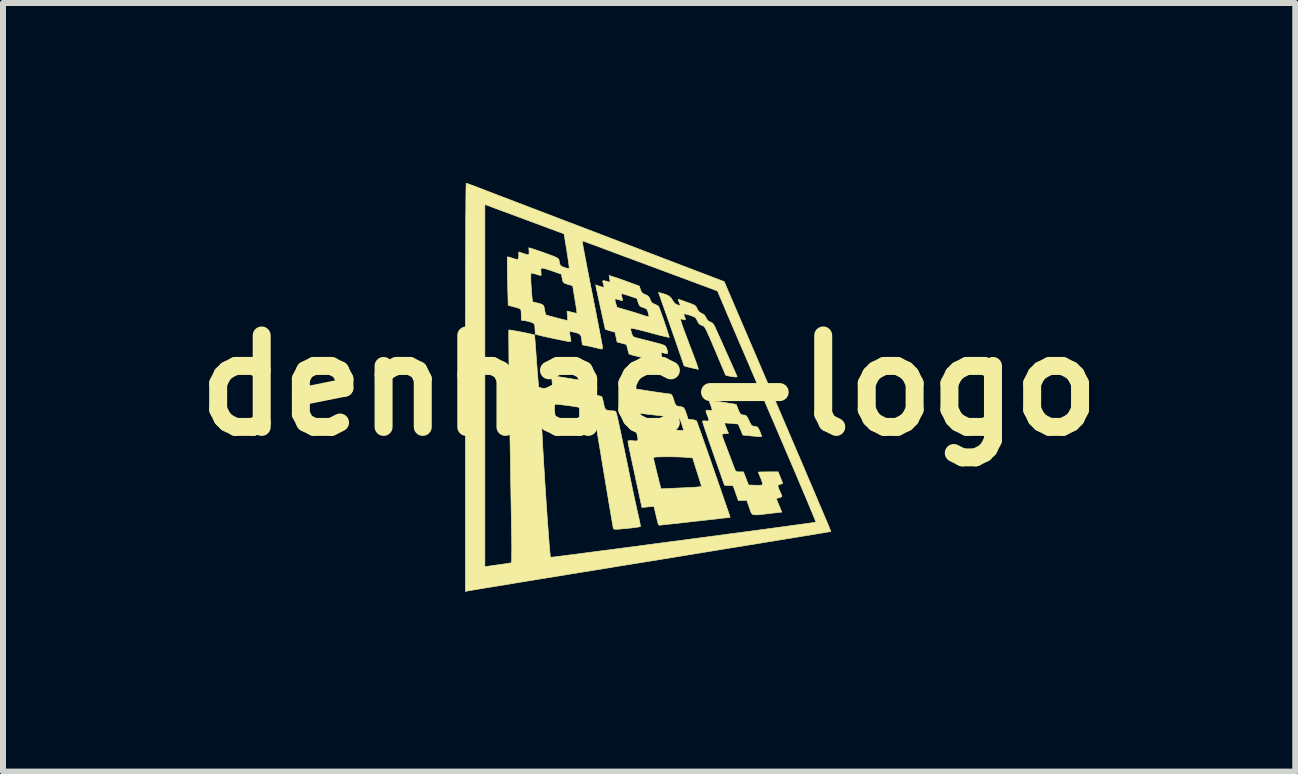
<source format=kicad_pcb>
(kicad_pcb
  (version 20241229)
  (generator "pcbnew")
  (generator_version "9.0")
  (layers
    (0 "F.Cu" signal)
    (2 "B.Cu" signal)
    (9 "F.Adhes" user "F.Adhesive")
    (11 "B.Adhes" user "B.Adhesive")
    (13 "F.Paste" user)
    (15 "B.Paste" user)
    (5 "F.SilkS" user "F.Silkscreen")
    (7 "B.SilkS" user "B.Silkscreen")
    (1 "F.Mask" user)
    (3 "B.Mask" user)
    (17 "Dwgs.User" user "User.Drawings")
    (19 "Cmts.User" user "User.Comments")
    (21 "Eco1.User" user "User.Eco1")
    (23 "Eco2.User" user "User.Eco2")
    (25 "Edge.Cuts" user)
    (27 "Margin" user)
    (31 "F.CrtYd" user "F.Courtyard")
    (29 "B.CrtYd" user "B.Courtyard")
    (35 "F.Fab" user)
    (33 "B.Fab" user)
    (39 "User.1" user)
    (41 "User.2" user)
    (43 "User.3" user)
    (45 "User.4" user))
  (footprint "denhac-logo"
    (layer "F.Cu")
    (at 7.772 3.378)
    (property "Reference" "denhac-logo" (at 0 0 0) (layer "F.SilkS") (effects (font (size 1.524 1.524) (thickness 0.3))))
    (attr through_hole)
    (fp_poly (pts (xy 0.193 -1.543) (xy 0.27 -1.521) (xy 0.325 -1.496) (xy 0.362 -1.466) (xy 0.389 -1.427) (xy 0.39 -1.425) (xy 0.419 -1.379) (xy 0.454 -1.353) (xy 0.471 -1.346) (xy 0.504 -1.335) (xy 0.521 -1.332) (xy 0.522 -1.333) (xy 0.517 -1.347) (xy 0.505 -1.378) (xy 0.501 -1.388) (xy 0.489 -1.42) (xy 0.485 -1.438) (xy 0.486 -1.439) (xy 0.501 -1.435) (xy 0.536 -1.423) (xy 0.587 -1.405) (xy 0.635 -1.388) (xy 0.698 -1.365) (xy 0.741 -1.347) (xy 0.768 -1.331) (xy 0.784 -1.314) (xy 0.796 -1.292) (xy 0.8 -1.281) (xy 0.826 -1.237) (xy 0.864 -1.209) (xy 0.876 -1.205) (xy 0.92 -1.178) (xy 0.947 -1.137) (xy 0.951 -1.129) (xy 0.975 -1.087) (xy 1.01 -1.063) (xy 1.021 -1.059) (xy 1.05 -1.046) (xy 1.072 -1.024) (xy 1.094 -0.986) (xy 1.108 -0.955) (xy 1.124 -0.919) (xy 1.15 -0.861) (xy 1.184 -0.787) (xy 1.223 -0.7) (xy 1.266 -0.604) (xy 1.307 -0.511) (xy 1.349 -0.418) (xy 1.387 -0.333) (xy 1.419 -0.261) (xy 1.444 -0.203) (xy 1.461 -0.165) (xy 1.467 -0.148) (xy 1.468 -0.148) (xy 1.455 -0.143) (xy 1.423 -0.144) (xy 1.379 -0.149) (xy 1.333 -0.158) (xy 1.277 -0.172) (xy 1.165 -0.435) (xy 1.109 -0.569) (xy 1.062 -0.679) (xy 1.024 -0.768) (xy 0.993 -0.838) (xy 0.969 -0.892) (xy 0.95 -0.931) (xy 0.934 -0.959) (xy 0.922 -0.977) (xy 0.911 -0.989) (xy 0.901 -0.995) (xy 0.89 -0.999) (xy 0.88 -1.003) (xy 0.843 -1.021) (xy 0.817 -1.054) (xy 0.804 -1.079) (xy 0.788 -1.112) (xy 0.77 -1.134) (xy 0.741 -1.151) (xy 0.693 -1.168) (xy 0.685 -1.171) (xy 0.637 -1.185) (xy 0.601 -1.194) (xy 0.583 -1.194) (xy 0.582 -1.194) (xy 0.581 -1.176) (xy 0.59 -1.149) (xy 0.605 -1.112) (xy 0.602 -1.096) (xy 0.582 -1.097) (xy 0.57 -1.101) (xy 0.54 -1.109) (xy 0.525 -1.109) (xy 0.525 -1.097) (xy 0.532 -1.07) (xy 0.546 -1.025) (xy 0.568 -0.961) (xy 0.6 -0.876) (xy 0.64 -0.768) (xy 0.69 -0.635) (xy 0.7 -0.611) (xy 0.732 -0.527) (xy 0.761 -0.45) (xy 0.785 -0.384) (xy 0.802 -0.335) (xy 0.812 -0.307) (xy 0.812 -0.305) (xy 0.821 -0.27) (xy 0.732 -0.29) (xy 0.679 -0.302) (xy 0.635 -0.312) (xy 0.61 -0.318) (xy 0.586 -0.329) (xy 0.579 -0.339) (xy 0.574 -0.355) (xy 0.561 -0.395) (xy 0.54 -0.457) (xy 0.512 -0.538) (xy 0.478 -0.636) (xy 0.439 -0.75) (xy 0.395 -0.875) (xy 0.348 -1.011) (xy 0.298 -1.154) (xy 0.245 -1.302) (xy 0.192 -1.453) (xy 0.191 -1.457) (xy 0.157 -1.552) (xy 0.193 -1.543)) (stroke (width 0.01) (type solid)) (fill yes) (layer "F.SilkS"))
    (fp_poly (pts (xy 1.055 0.255) (xy 1.118 0.262) (xy 1.203 0.274) (xy 1.266 0.284) (xy 1.452 0.314) (xy 1.486 0.401) (xy 1.506 0.447) (xy 1.522 0.473) (xy 1.54 0.486) (xy 1.567 0.491) (xy 1.573 0.491) (xy 1.601 0.495) (xy 1.621 0.506) (xy 1.639 0.529) (xy 1.659 0.57) (xy 1.666 0.586) (xy 1.689 0.633) (xy 1.706 0.66) (xy 1.725 0.674) (xy 1.75 0.679) (xy 1.759 0.68) (xy 1.789 0.684) (xy 1.809 0.696) (xy 1.826 0.72) (xy 1.846 0.764) (xy 1.847 0.766) (xy 1.864 0.809) (xy 1.874 0.84) (xy 1.875 0.852) (xy 1.86 0.852) (xy 1.822 0.85) (xy 1.769 0.846) (xy 1.717 0.841) (xy 1.564 0.826) (xy 1.525 0.734) (xy 1.486 0.642) (xy 1.376 0.631) (xy 1.324 0.627) (xy 1.283 0.625) (xy 1.262 0.625) (xy 1.26 0.626) (xy 1.262 0.641) (xy 1.273 0.674) (xy 1.289 0.715) (xy 1.324 0.797) (xy 1.269 0.802) (xy 1.234 0.807) (xy 1.215 0.816) (xy 1.214 0.818) (xy 1.217 0.832) (xy 1.229 0.866) (xy 1.248 0.92) (xy 1.277 0.996) (xy 1.314 1.094) (xy 1.361 1.217) (xy 1.417 1.365) (xy 1.422 1.379) (xy 1.438 1.416) (xy 1.455 1.434) (xy 1.484 1.439) (xy 1.509 1.439) (xy 1.573 1.439) (xy 1.616 1.549) (xy 1.658 1.658) (xy 1.77 1.662) (xy 1.823 1.663) (xy 1.866 1.661) (xy 1.89 1.656) (xy 1.892 1.655) (xy 1.893 1.638) (xy 1.883 1.602) (xy 1.866 1.555) (xy 1.862 1.546) (xy 1.842 1.498) (xy 1.827 1.462) (xy 1.821 1.444) (xy 1.82 1.443) (xy 1.834 1.442) (xy 1.869 1.44) (xy 1.923 1.44) (xy 1.986 1.439) (xy 2.152 1.439) (xy 2.187 1.527) (xy 2.206 1.574) (xy 2.22 1.609) (xy 2.227 1.626) (xy 2.219 1.636) (xy 2.191 1.645) (xy 2.188 1.646) (xy 2.161 1.653) (xy 2.149 1.666) (xy 2.15 1.689) (xy 2.165 1.729) (xy 2.18 1.762) (xy 2.199 1.804) (xy 2.212 1.835) (xy 2.215 1.847) (xy 2.203 1.858) (xy 2.173 1.869) (xy 2.167 1.871) (xy 2.119 1.884) (xy 2.166 1.997) (xy 2.213 2.11) (xy 2.006 2.133) (xy 1.909 2.145) (xy 1.837 2.153) (xy 1.784 2.156) (xy 1.748 2.154) (xy 1.723 2.146) (xy 1.707 2.129) (xy 1.694 2.103) (xy 1.682 2.067) (xy 1.671 2.035) (xy 1.628 1.912) (xy 1.558 1.916) (xy 1.489 1.92) (xy 1.402 1.672) (xy 1.329 1.668) (xy 1.288 1.665) (xy 1.261 1.662) (xy 1.256 1.66) (xy 1.251 1.647) (xy 1.239 1.61) (xy 1.219 1.555) (xy 1.195 1.484) (xy 1.166 1.402) (xy 1.149 1.354) (xy 1.105 1.23) (xy 1.063 1.109) (xy 1.023 0.994) (xy 0.986 0.888) (xy 0.954 0.794) (xy 0.927 0.715) (xy 0.907 0.653) (xy 0.894 0.612) (xy 0.889 0.595) (xy 0.889 0.595) (xy 0.901 0.59) (xy 0.933 0.589) (xy 0.947 0.59) (xy 0.978 0.592) (xy 0.994 0.588) (xy 0.997 0.572) (xy 0.988 0.54) (xy 0.967 0.487) (xy 0.965 0.482) (xy 0.949 0.439) (xy 0.949 0.417) (xy 0.965 0.41) (xy 0.994 0.413) (xy 1.028 0.417) (xy 1.048 0.414) (xy 1.049 0.414) (xy 1.049 0.397) (xy 1.04 0.363) (xy 1.029 0.333) (xy 1.014 0.293) (xy 1.004 0.265) (xy 1.002 0.258) (xy 1.015 0.254) (xy 1.055 0.255)) (stroke (width 0.01) (type solid)) (fill yes) (layer "F.SilkS"))
    (fp_poly (pts (xy -0.597 -1.813) (xy -0.558 -1.801) (xy -0.499 -1.781) (xy -0.429 -1.756) (xy -0.355 -1.729) (xy -0.345 -1.725) (xy -0.162 -1.658) (xy -0.144 -1.599) (xy -0.127 -1.559) (xy -0.103 -1.535) (xy -0.063 -1.516) (xy -0.022 -1.496) (xy 0.002 -1.471) (xy 0.018 -1.434) (xy 0.037 -1.393) (xy 0.064 -1.368) (xy 0.093 -1.356) (xy 0.13 -1.339) (xy 0.155 -1.324) (xy 0.158 -1.32) (xy 0.167 -1.301) (xy 0.182 -1.262) (xy 0.202 -1.206) (xy 0.226 -1.14) (xy 0.251 -1.069) (xy 0.275 -0.997) (xy 0.298 -0.93) (xy 0.316 -0.872) (xy 0.33 -0.829) (xy 0.335 -0.807) (xy 0.336 -0.804) (xy 0.321 -0.805) (xy 0.284 -0.813) (xy 0.227 -0.826) (xy 0.154 -0.844) (xy 0.07 -0.867) (xy 0.014 -0.882) (xy -0.089 -0.909) (xy -0.174 -0.931) (xy -0.241 -0.946) (xy -0.285 -0.954) (xy -0.306 -0.954) (xy -0.307 -0.953) (xy -0.306 -0.932) (xy -0.298 -0.894) (xy -0.293 -0.875) (xy -0.277 -0.834) (xy -0.258 -0.811) (xy -0.232 -0.801) (xy -0.205 -0.794) (xy -0.156 -0.782) (xy -0.09 -0.765) (xy -0.014 -0.746) (xy 0.039 -0.732) (xy 0.124 -0.71) (xy 0.185 -0.694) (xy 0.227 -0.681) (xy 0.254 -0.669) (xy 0.271 -0.657) (xy 0.281 -0.644) (xy 0.289 -0.626) (xy 0.29 -0.624) (xy 0.304 -0.585) (xy 0.31 -0.553) (xy 0.31 -0.55) (xy 0.307 -0.534) (xy 0.292 -0.531) (xy 0.26 -0.538) (xy 0.225 -0.546) (xy 0.204 -0.546) (xy 0.202 -0.545) (xy 0.202 -0.529) (xy 0.209 -0.495) (xy 0.216 -0.473) (xy 0.238 -0.409) (xy 0.186 -0.41) (xy 0.15 -0.414) (xy 0.096 -0.423) (xy 0.031 -0.435) (xy -0.014 -0.444) (xy -0.103 -0.464) (xy -0.182 -0.483) (xy -0.249 -0.5) (xy -0.299 -0.513) (xy -0.328 -0.523) (xy -0.333 -0.525) (xy -0.339 -0.541) (xy -0.349 -0.575) (xy -0.357 -0.608) (xy -0.377 -0.684) (xy -0.455 -0.705) (xy -0.533 -0.725) (xy -0.551 -0.807) (xy -0.568 -0.889) (xy -0.648 -0.912) (xy -0.69 -0.925) (xy -0.72 -0.934) (xy -0.729 -0.937) (xy -0.733 -0.95) (xy -0.741 -0.987) (xy -0.754 -1.043) (xy -0.769 -1.112) (xy -0.787 -1.192) (xy -0.805 -1.277) (xy -0.824 -1.364) (xy -0.841 -1.442) (xy -0.569 -1.442) (xy -0.568 -1.424) (xy -0.561 -1.389) (xy -0.555 -1.368) (xy -0.536 -1.304) (xy -0.37 -1.256) (xy -0.295 -1.234) (xy -0.219 -1.211) (xy -0.153 -1.19) (xy -0.113 -1.177) (xy -0.057 -1.158) (xy -0.023 -1.148) (xy -0.006 -1.147) (xy -0.002 -1.156) (xy -0.005 -1.173) (xy -0.006 -1.175) (xy -0.016 -1.214) (xy -0.023 -1.243) (xy -0.035 -1.269) (xy -0.062 -1.288) (xy -0.096 -1.3) (xy -0.137 -1.315) (xy -0.16 -1.334) (xy -0.175 -1.367) (xy -0.182 -1.386) (xy -0.202 -1.452) (xy -0.329 -1.495) (xy -0.385 -1.513) (xy -0.429 -1.526) (xy -0.457 -1.532) (xy -0.462 -1.532) (xy -0.462 -1.516) (xy -0.456 -1.484) (xy -0.453 -1.473) (xy -0.445 -1.438) (xy -0.442 -1.417) (xy -0.443 -1.415) (xy -0.457 -1.417) (xy -0.489 -1.426) (xy -0.505 -1.431) (xy -0.542 -1.442) (xy -0.565 -1.444) (xy -0.569 -1.442) (xy -0.841 -1.442) (xy -0.842 -1.447) (xy -0.858 -1.522) (xy -0.872 -1.585) (xy -0.881 -1.631) (xy -0.883 -1.64) (xy -0.891 -1.679) (xy -0.832 -1.658) (xy -0.785 -1.643) (xy -0.76 -1.639) (xy -0.751 -1.646) (xy -0.754 -1.665) (xy -0.765 -1.703) (xy -0.771 -1.724) (xy -0.774 -1.744) (xy -0.761 -1.749) (xy -0.739 -1.746) (xy -0.699 -1.736) (xy -0.672 -1.727) (xy -0.656 -1.724) (xy -0.651 -1.734) (xy -0.654 -1.764) (xy -0.656 -1.775) (xy -0.666 -1.834) (xy -0.597 -1.813)) (stroke (width 0.01) (type solid)) (fill yes) (layer "F.SilkS"))
    (fp_poly (pts (xy -0.35 0.034) (xy -0.321 0.04) (xy -0.269 0.049) (xy -0.202 0.06) (xy -0.123 0.072) (xy -0.037 0.086) (xy 0.051 0.099) (xy 0.136 0.112) (xy 0.213 0.123) (xy 0.277 0.132) (xy 0.323 0.138) (xy 0.348 0.141) (xy 0.349 0.141) (xy 0.366 0.146) (xy 0.381 0.162) (xy 0.397 0.197) (xy 0.411 0.24) (xy 0.428 0.291) (xy 0.442 0.321) (xy 0.458 0.337) (xy 0.48 0.344) (xy 0.493 0.347) (xy 0.533 0.354) (xy 0.564 0.361) (xy 0.565 0.361) (xy 0.581 0.377) (xy 0.601 0.415) (xy 0.619 0.464) (xy 0.651 0.561) (xy 0.715 0.568) (xy 0.756 0.575) (xy 0.784 0.584) (xy 0.789 0.588) (xy 0.796 0.603) (xy 0.811 0.642) (xy 0.833 0.703) (xy 0.862 0.784) (xy 0.896 0.881) (xy 0.935 0.992) (xy 0.978 1.114) (xy 1.024 1.246) (xy 1.044 1.305) (xy 1.092 1.443) (xy 1.138 1.576) (xy 1.181 1.7) (xy 1.22 1.813) (xy 1.254 1.912) (xy 1.283 1.994) (xy 1.304 2.056) (xy 1.318 2.095) (xy 1.32 2.103) (xy 1.336 2.148) (xy 1.346 2.182) (xy 1.35 2.197) (xy 1.35 2.197) (xy 1.336 2.199) (xy 1.297 2.204) (xy 1.238 2.21) (xy 1.161 2.219) (xy 1.07 2.23) (xy 0.969 2.241) (xy 0.861 2.253) (xy 0.75 2.265) (xy 0.639 2.278) (xy 0.532 2.29) (xy 0.433 2.301) (xy 0.344 2.31) (xy 0.27 2.318) (xy 0.213 2.324) (xy 0.179 2.328) (xy 0.169 2.328) (xy 0.156 2.317) (xy 0.15 2.304) (xy 0.144 2.28) (xy 0.133 2.236) (xy 0.12 2.179) (xy 0.112 2.147) (xy 0.081 2.014) (xy -0.019 2.023) (xy -0.12 2.033) (xy -0.151 1.888) (xy -0.162 1.835) (xy -0.178 1.759) (xy -0.198 1.667) (xy -0.221 1.564) (xy -0.244 1.454) (xy -0.267 1.348) (xy -0.289 1.246) (xy -0.299 1.2) (xy 0.071 1.2) (xy 0.074 1.218) (xy 0.083 1.258) (xy 0.096 1.314) (xy 0.112 1.382) (xy 0.13 1.455) (xy 0.149 1.529) (xy 0.166 1.599) (xy 0.182 1.658) (xy 0.184 1.669) (xy 0.199 1.722) (xy 0.364 1.714) (xy 0.451 1.71) (xy 0.551 1.706) (xy 0.649 1.701) (xy 0.702 1.699) (xy 0.768 1.695) (xy 0.822 1.69) (xy 0.859 1.686) (xy 0.874 1.682) (xy 0.874 1.681) (xy 0.869 1.665) (xy 0.858 1.627) (xy 0.841 1.571) (xy 0.819 1.502) (xy 0.799 1.439) (xy 0.726 1.206) (xy 0.627 1.198) (xy 0.563 1.193) (xy 0.488 1.19) (xy 0.407 1.188) (xy 0.325 1.187) (xy 0.247 1.187) (xy 0.178 1.189) (xy 0.122 1.191) (xy 0.085 1.195) (xy 0.071 1.2) (xy 0.071 1.2) (xy -0.299 1.2) (xy -0.309 1.152) (xy -0.326 1.071) (xy -0.34 1.005) (xy -0.349 0.958) (xy -0.353 0.935) (xy -0.353 0.934) (xy -0.347 0.923) (xy -0.327 0.918) (xy -0.287 0.919) (xy -0.268 0.921) (xy -0.224 0.924) (xy -0.198 0.922) (xy -0.186 0.909) (xy -0.187 0.881) (xy -0.197 0.833) (xy -0.206 0.796) (xy -0.217 0.749) (xy -0.222 0.713) (xy -0.221 0.696) (xy -0.205 0.694) (xy -0.165 0.695) (xy -0.106 0.698) (xy -0.031 0.703) (xy 0.055 0.709) (xy 0.081 0.711) (xy 0.177 0.719) (xy 0.27 0.727) (xy 0.354 0.734) (xy 0.424 0.74) (xy 0.472 0.743) (xy 0.476 0.744) (xy 0.577 0.752) (xy 0.562 0.697) (xy 0.546 0.645) (xy 0.527 0.593) (xy 0.526 0.59) (xy 0.512 0.559) (xy 0.494 0.542) (xy 0.463 0.534) (xy 0.433 0.53) (xy 0.272 0.512) (xy 0.138 0.497) (xy 0.027 0.484) (xy -0.063 0.474) (xy -0.134 0.465) (xy -0.188 0.458) (xy -0.227 0.452) (xy -0.254 0.447) (xy -0.271 0.442) (xy -0.281 0.437) (xy -0.284 0.434) (xy -0.292 0.414) (xy -0.304 0.372) (xy -0.319 0.313) (xy -0.336 0.244) (xy -0.353 0.17) (xy -0.369 0.096) (xy -0.374 0.074) (xy -0.379 0.043) (xy -0.372 0.032) (xy -0.35 0.034)) (stroke (width 0.01) (type solid)) (fill yes) (layer "F.SilkS"))
    (fp_poly (pts (xy -3.031 -3.368) (xy -2.992 -3.354) (xy -2.937 -3.334) (xy -2.873 -3.31) (xy -2.854 -3.303) (xy -2.824 -3.291) (xy -2.787 -3.277) (xy -2.741 -3.259) (xy -2.687 -3.238) (xy -2.622 -3.213) (xy -2.546 -3.184) (xy -2.457 -3.15) (xy -2.356 -3.112) (xy -2.24 -3.067) (xy -2.108 -3.017) (xy -1.96 -2.96) (xy -1.795 -2.897) (xy -1.611 -2.827) (xy -1.408 -2.749) (xy -1.184 -2.664) (xy -0.939 -2.57) (xy -0.67 -2.467) (xy -0.378 -2.356) (xy -0.062 -2.235) (xy 0.136 -2.159) (xy 1.252 -1.733) (xy 2.144 0.348) (xy 2.243 0.579) (xy 2.338 0.802) (xy 2.43 1.017) (xy 2.518 1.221) (xy 2.6 1.415) (xy 2.677 1.596) (xy 2.749 1.763) (xy 2.813 1.915) (xy 2.871 2.05) (xy 2.92 2.167) (xy 2.961 2.264) (xy 2.994 2.341) (xy 3.016 2.396) (xy 3.029 2.426) (xy 3.031 2.433) (xy 3.017 2.436) (xy 2.976 2.443) (xy 2.909 2.454) (xy 2.817 2.469) (xy 2.702 2.489) (xy 2.563 2.511) (xy 2.404 2.538) (xy 2.223 2.567) (xy 2.023 2.6) (xy 1.804 2.636) (xy 1.568 2.674) (xy 1.315 2.715) (xy 1.047 2.759) (xy 0.764 2.805) (xy 0.468 2.854) (xy 0.159 2.904) (xy -0.161 2.956) (xy -0.491 3.009) (xy -0.734 3.049) (xy -0.941 3.083) (xy -1.149 3.116) (xy -1.356 3.15) (xy -1.558 3.183) (xy -1.756 3.215) (xy -1.946 3.246) (xy -2.127 3.276) (xy -2.297 3.304) (xy -2.453 3.33) (xy -2.595 3.353) (xy -2.719 3.373) (xy -2.824 3.391) (xy -2.909 3.405) (xy -2.97 3.415) (xy -3.007 3.421) (xy -3.016 3.423) (xy -3.062 3.433) (xy -3.062 3.021) (xy -2.738 3.021) (xy -2.692 3.013) (xy -2.66 3.009) (xy -2.607 3.001) (xy -2.542 2.992) (xy -2.477 2.983) (xy -2.41 2.974) (xy -2.354 2.965) (xy -2.314 2.958) (xy -2.296 2.954) (xy -2.296 2.954) (xy -2.294 2.938) (xy -2.292 2.898) (xy -2.291 2.837) (xy -2.29 2.757) (xy -2.29 2.663) (xy -2.291 2.557) (xy -2.293 2.486) (xy -2.298 2.136) (xy -2.304 1.8) (xy -2.309 1.48) (xy -2.314 1.176) (xy -2.319 0.888) (xy -2.323 0.618) (xy -2.326 0.367) (xy -2.33 0.136) (xy -2.332 -0.075) (xy -2.335 -0.265) (xy -2.337 -0.433) (xy -2.338 -0.577) (xy -2.339 -0.698) (xy -2.34 -0.795) (xy -2.34 -0.865) (xy -2.339 -0.909) (xy -2.338 -0.926) (xy -2.338 -0.926) (xy -2.323 -0.926) (xy -2.286 -0.921) (xy -2.233 -0.911) (xy -2.171 -0.9) (xy -2.104 -0.887) (xy -2.039 -0.874) (xy -1.981 -0.861) (xy -1.937 -0.851) (xy -1.913 -0.844) (xy -1.91 -0.842) (xy -1.908 -0.828) (xy -1.905 -0.789) (xy -1.9 -0.729) (xy -1.894 -0.651) (xy -1.887 -0.559) (xy -1.88 -0.456) (xy -1.877 -0.416) (xy -1.869 -0.309) (xy -1.862 -0.211) (xy -1.855 -0.126) (xy -1.849 -0.056) (xy -1.845 -0.006) (xy -1.842 0.02) (xy -1.842 0.023) (xy -1.826 0.033) (xy -1.79 0.042) (xy -1.747 0.049) (xy -1.696 0.055) (xy -1.653 0.062) (xy -1.632 0.066) (xy -1.619 0.068) (xy -1.613 0.06) (xy -1.61 0.039) (xy -1.612 -0.001) (xy -1.616 -0.046) (xy -1.626 -0.165) (xy -1.327 -0.118) (xy -1.238 -0.104) (xy -1.158 -0.091) (xy -1.092 -0.079) (xy -1.044 -0.07) (xy -1.018 -0.064) (xy -1.015 -0.063) (xy -1.005 -0.044) (xy -1.002 -0.021) (xy -0.999 0.013) (xy -0.991 0.06) (xy -0.987 0.083) (xy -0.972 0.154) (xy -0.89 0.163) (xy -0.843 0.17) (xy -0.807 0.177) (xy -0.793 0.182) (xy -0.783 0.199) (xy -0.772 0.237) (xy -0.76 0.288) (xy -0.759 0.297) (xy -0.747 0.353) (xy -0.732 0.389) (xy -0.709 0.409) (xy -0.67 0.418) (xy -0.609 0.422) (xy -0.605 0.422) (xy -0.572 0.425) (xy -0.555 0.437) (xy -0.543 0.467) (xy -0.539 0.483) (xy -0.528 0.53) (xy -0.512 0.602) (xy -0.491 0.699) (xy -0.465 0.818) (xy -0.436 0.959) (xy -0.402 1.12) (xy -0.365 1.298) (xy -0.332 1.46) (xy -0.307 1.582) (xy -0.281 1.706) (xy -0.255 1.827) (xy -0.231 1.938) (xy -0.21 2.035) (xy -0.193 2.112) (xy -0.189 2.128) (xy -0.172 2.202) (xy -0.158 2.266) (xy -0.149 2.315) (xy -0.144 2.344) (xy -0.144 2.35) (xy -0.161 2.355) (xy -0.201 2.362) (xy -0.257 2.37) (xy -0.324 2.377) (xy -0.397 2.385) (xy -0.47 2.391) (xy -0.476 2.392) (xy -0.533 2.396) (xy -0.568 2.396) (xy -0.586 2.392) (xy -0.595 2.382) (xy -0.599 2.368) (xy -0.602 2.35) (xy -0.61 2.307) (xy -0.621 2.242) (xy -0.635 2.159) (xy -0.652 2.06) (xy -0.671 1.948) (xy -0.691 1.825) (xy -0.713 1.696) (xy -0.735 1.562) (xy -0.758 1.427) (xy -0.78 1.294) (xy -0.801 1.165) (xy -0.821 1.043) (xy -0.84 0.932) (xy -0.856 0.833) (xy -0.87 0.751) (xy -0.88 0.688) (xy -0.887 0.647) (xy -0.889 0.63) (xy -0.889 0.63) (xy -0.902 0.626) (xy -0.936 0.621) (xy -0.985 0.615) (xy -0.994 0.614) (xy -1.044 0.609) (xy -1.077 0.602) (xy -1.097 0.588) (xy -1.109 0.56) (xy -1.116 0.514) (xy -1.122 0.464) (xy -1.129 0.418) (xy -1.136 0.383) (xy -1.141 0.371) (xy -1.156 0.366) (xy -1.194 0.358) (xy -1.248 0.349) (xy -1.312 0.339) (xy -1.38 0.33) (xy -1.447 0.322) (xy -1.507 0.315) (xy -1.553 0.311) (xy -1.572 0.31) (xy -1.576 0.324) (xy -1.578 0.359) (xy -1.576 0.41) (xy -1.574 0.439) (xy -1.564 0.568) (xy -1.68 0.557) (xy -1.796 0.547) (xy -1.787 0.75) (xy -1.78 0.88) (xy -1.773 1.022) (xy -1.764 1.173) (xy -1.755 1.33) (xy -1.745 1.492) (xy -1.735 1.655) (xy -1.724 1.818) (xy -1.714 1.978) (xy -1.703 2.132) (xy -1.693 2.277) (xy -1.683 2.413) (xy -1.674 2.535) (xy -1.666 2.641) (xy -1.658 2.73) (xy -1.652 2.798) (xy -1.647 2.843) (xy -1.643 2.863) (xy -1.643 2.863) (xy -1.628 2.862) (xy -1.588 2.858) (xy -1.523 2.85) (xy -1.436 2.839) (xy -1.328 2.825) (xy -1.201 2.809) (xy -1.057 2.79) (xy -0.898 2.769) (xy -0.725 2.747) (xy -0.541 2.723) (xy -0.347 2.697) (xy -0.145 2.671) (xy 0.063 2.643) (xy 0.275 2.615) (xy 0.49 2.587) (xy 0.706 2.558) (xy 0.92 2.53) (xy 1.132 2.502) (xy 1.338 2.474) (xy 1.538 2.448) (xy 1.73 2.422) (xy 1.911 2.398) (xy 2.08 2.375) (xy 2.235 2.354) (xy 2.375 2.335) (xy 2.497 2.318) (xy 2.6 2.304) (xy 2.681 2.293) (xy 2.74 2.284) (xy 2.774 2.279) (xy 2.781 2.278) (xy 2.777 2.264) (xy 2.762 2.227) (xy 2.737 2.166) (xy 2.703 2.084) (xy 2.661 1.983) (xy 2.611 1.863) (xy 2.553 1.727) (xy 2.489 1.575) (xy 2.419 1.41) (xy 2.343 1.233) (xy 2.263 1.046) (xy 2.179 0.85) (xy 2.092 0.646) (xy 2.086 0.632) (xy 1.995 0.422) (xy 1.907 0.215) (xy 1.82 0.013) (xy 1.736 -0.182) (xy 1.657 -0.368) (xy 1.582 -0.543) (xy 1.512 -0.704) (xy 1.449 -0.852) (xy 1.393 -0.982) (xy 1.346 -1.094) (xy 1.306 -1.185) (xy 1.277 -1.254) (xy 1.261 -1.293) (xy 1.14 -1.577) (xy 0.778 -1.712) (xy 0.668 -1.753) (xy 0.539 -1.801) (xy 0.399 -1.853) (xy 0.254 -1.907) (xy 0.113 -1.959) (xy -0.017 -2.007) (xy -0.028 -2.012) (xy -0.153 -2.058) (xy -0.287 -2.108) (xy -0.423 -2.158) (xy -0.554 -2.207) (xy -0.673 -2.251) (xy -0.773 -2.289) (xy -0.789 -2.295) (xy -0.878 -2.328) (xy -0.958 -2.357) (xy -1.025 -2.382) (xy -1.076 -2.4) (xy -1.107 -2.411) (xy -1.115 -2.413) (xy -1.113 -2.4) (xy -1.107 -2.361) (xy -1.097 -2.299) (xy -1.081 -2.217) (xy -1.062 -2.116) (xy -1.04 -1.999) (xy -1.015 -1.869) (xy -0.987 -1.727) (xy -0.957 -1.576) (xy -0.95 -1.542) (xy -0.92 -1.388) (xy -0.891 -1.242) (xy -0.865 -1.106) (xy -0.841 -0.983) (xy -0.82 -0.875) (xy -0.802 -0.784) (xy -0.789 -0.713) (xy -0.78 -0.664) (xy -0.777 -0.64) (xy -0.776 -0.639) (xy -0.777 -0.62) (xy -0.782 -0.61) (xy -0.798 -0.61) (xy -0.831 -0.616) (xy -0.873 -0.627) (xy -0.936 -0.642) (xy -1.004 -0.657) (xy -1.033 -0.663) (xy -1.113 -0.679) (xy -1.124 -0.766) (xy -1.131 -0.811) (xy -1.143 -0.841) (xy -1.163 -0.861) (xy -1.198 -0.876) (xy -1.254 -0.89) (xy -1.282 -0.896) (xy -1.329 -0.906) (xy -1.319 -0.837) (xy -1.312 -0.792) (xy -1.306 -0.756) (xy -1.304 -0.746) (xy -1.304 -0.738) (xy -1.314 -0.734) (xy -1.336 -0.735) (xy -1.375 -0.74) (xy -1.435 -0.752) (xy -1.518 -0.769) (xy -1.52 -0.769) (xy -1.603 -0.787) (xy -1.682 -0.804) (xy -1.752 -0.819) (xy -1.804 -0.832) (xy -1.82 -0.836) (xy -1.898 -0.855) (xy -1.902 -0.944) (xy -1.905 -0.993) (xy -1.912 -1.021) (xy -1.925 -1.037) (xy -1.948 -1.049) (xy -1.952 -1.051) (xy -1.994 -1.065) (xy -2.047 -1.077) (xy -2.064 -1.08) (xy -2.131 -1.09) (xy -2.131 -1.179) (xy -2.133 -1.231) (xy -2.14 -1.267) (xy -2.147 -1.279) (xy -2.169 -1.287) (xy -2.209 -1.3) (xy -2.257 -1.313) (xy -2.349 -1.337) (xy -2.36 -1.737) (xy -2.362 -1.826) (xy -1.972 -1.826) (xy -1.972 -1.769) (xy -1.969 -1.696) (xy -1.963 -1.61) (xy -1.956 -1.518) (xy -1.953 -1.485) (xy -1.944 -1.397) (xy -1.886 -1.382) (xy -1.826 -1.367) (xy -1.788 -1.354) (xy -1.766 -1.339) (xy -1.754 -1.318) (xy -1.746 -1.286) (xy -1.743 -1.266) (xy -1.734 -1.222) (xy -1.725 -1.19) (xy -1.721 -1.18) (xy -1.705 -1.173) (xy -1.668 -1.162) (xy -1.617 -1.148) (xy -1.557 -1.132) (xy -1.497 -1.116) (xy -1.442 -1.102) (xy -1.398 -1.092) (xy -1.373 -1.087) (xy -1.371 -1.087) (xy -1.36 -1.093) (xy -1.357 -1.115) (xy -1.36 -1.158) (xy -1.361 -1.164) (xy -1.366 -1.206) (xy -1.367 -1.235) (xy -1.366 -1.242) (xy -1.351 -1.238) (xy -1.317 -1.23) (xy -1.285 -1.221) (xy -1.242 -1.211) (xy -1.212 -1.205) (xy -1.203 -1.205) (xy -1.204 -1.22) (xy -1.209 -1.258) (xy -1.217 -1.314) (xy -1.228 -1.384) (xy -1.237 -1.437) (xy -1.274 -1.664) (xy -1.349 -1.686) (xy -1.397 -1.701) (xy -1.424 -1.717) (xy -1.439 -1.741) (xy -1.448 -1.781) (xy -1.451 -1.795) (xy -1.461 -1.856) (xy -1.609 -1.908) (xy -1.686 -1.934) (xy -1.741 -1.951) (xy -1.776 -1.959) (xy -1.796 -1.956) (xy -1.804 -1.942) (xy -1.805 -1.919) (xy -1.803 -1.898) (xy -1.8 -1.86) (xy -1.802 -1.838) (xy -1.804 -1.835) (xy -1.822 -1.838) (xy -1.857 -1.848) (xy -1.883 -1.856) (xy -1.925 -1.868) (xy -1.956 -1.875) (xy -1.965 -1.877) (xy -1.97 -1.863) (xy -1.972 -1.826) (xy -2.362 -1.826) (xy -2.362 -1.84) (xy -2.364 -1.934) (xy -2.364 -2.015) (xy -2.365 -2.079) (xy -2.364 -2.123) (xy -2.363 -2.143) (xy -2.362 -2.144) (xy -2.346 -2.144) (xy -2.312 -2.135) (xy -2.287 -2.127) (xy -2.232 -2.109) (xy -2.198 -2.103) (xy -2.181 -2.112) (xy -2.174 -2.137) (xy -2.173 -2.165) (xy -2.173 -2.228) (xy -2.093 -2.201) (xy -2.05 -2.187) (xy -2.018 -2.18) (xy -2.006 -2.181) (xy -2.002 -2.198) (xy -2.001 -2.233) (xy -2.002 -2.243) (xy -2.005 -2.298) (xy -1.937 -2.278) (xy -1.898 -2.265) (xy -1.84 -2.245) (xy -1.771 -2.221) (xy -1.697 -2.194) (xy -1.689 -2.192) (xy -1.615 -2.164) (xy -1.563 -2.143) (xy -1.53 -2.126) (xy -1.512 -2.111) (xy -1.503 -2.097) (xy -1.502 -2.093) (xy -1.494 -2.051) (xy -1.489 -2.026) (xy -1.477 -2.002) (xy -1.449 -1.983) (xy -1.41 -1.968) (xy -1.369 -1.956) (xy -1.34 -1.951) (xy -1.332 -1.951) (xy -1.332 -1.967) (xy -1.336 -2.006) (xy -1.344 -2.064) (xy -1.355 -2.137) (xy -1.368 -2.222) (xy -1.371 -2.244) (xy -1.418 -2.529) (xy -1.644 -2.613) (xy -1.727 -2.644) (xy -1.829 -2.682) (xy -1.941 -2.723) (xy -2.056 -2.766) (xy -2.165 -2.806) (xy -2.187 -2.815) (xy -2.284 -2.851) (xy -2.38 -2.886) (xy -2.469 -2.919) (xy -2.545 -2.947) (xy -2.602 -2.969) (xy -2.621 -2.976) (xy -2.738 -3.019) (xy -2.738 3.021) (xy -3.062 3.021) (xy -3.062 0.03) (xy -3.062 -0.382) (xy -3.062 -0.768) (xy -3.062 -1.128) (xy -3.061 -1.462) (xy -3.061 -1.769) (xy -3.06 -2.05) (xy -3.059 -2.305) (xy -3.058 -2.533) (xy -3.058 -2.734) (xy -3.056 -2.908) (xy -3.055 -3.054) (xy -3.054 -3.173) (xy -3.053 -3.265) (xy -3.051 -3.328) (xy -3.049 -3.364) (xy -3.048 -3.373) (xy -3.031 -3.368)) (stroke (width 0.01) (type solid)) (fill yes) (layer "F.SilkS")))
  (gr_rect
    (start -3 -3)
    (end 18.545 9.815)
    (stroke (width 0.1) (type default))
    (fill no)
    (layer "Edge.Cuts")))
</source>
